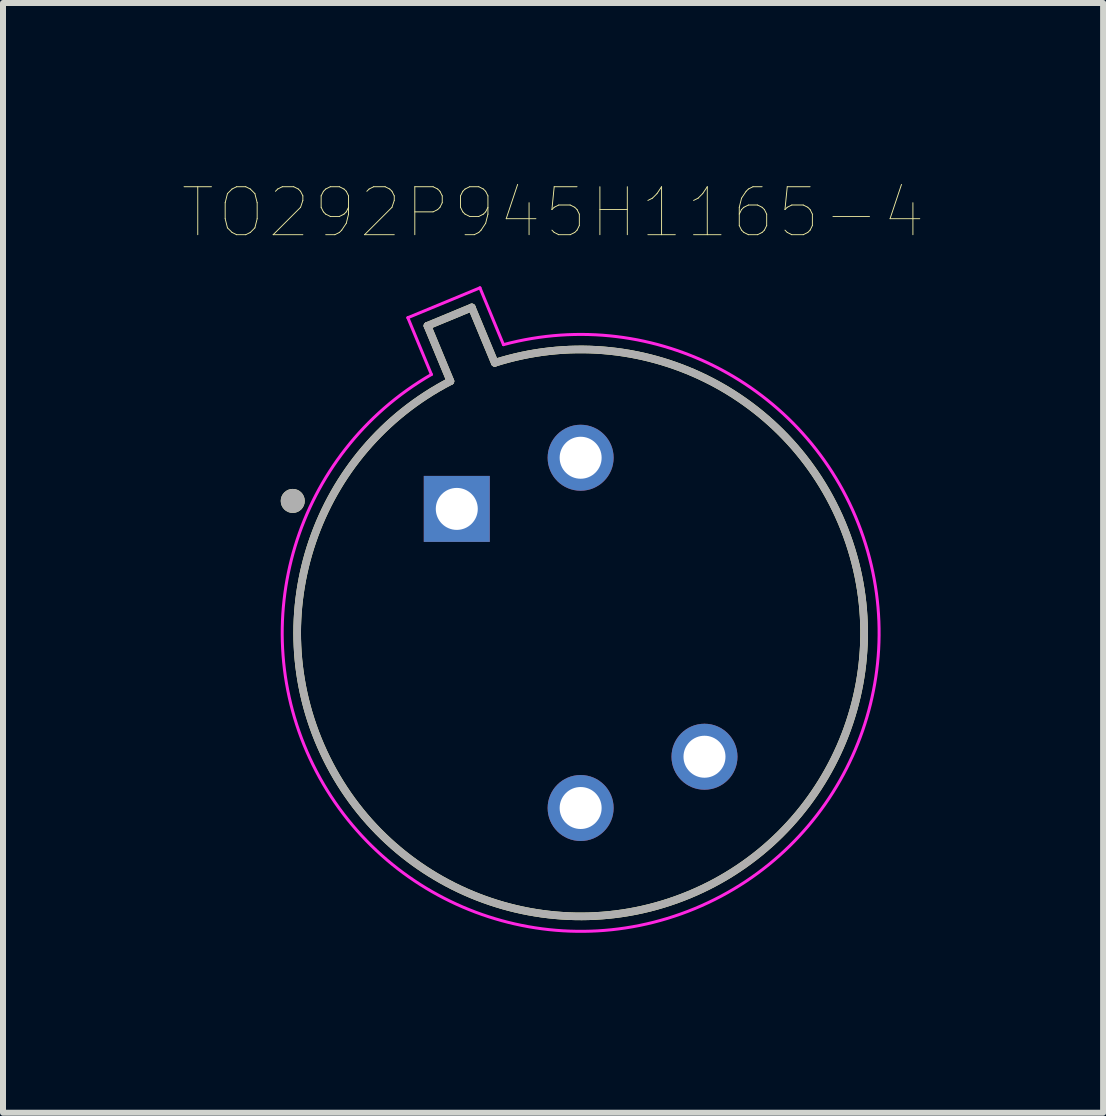
<source format=kicad_pcb>
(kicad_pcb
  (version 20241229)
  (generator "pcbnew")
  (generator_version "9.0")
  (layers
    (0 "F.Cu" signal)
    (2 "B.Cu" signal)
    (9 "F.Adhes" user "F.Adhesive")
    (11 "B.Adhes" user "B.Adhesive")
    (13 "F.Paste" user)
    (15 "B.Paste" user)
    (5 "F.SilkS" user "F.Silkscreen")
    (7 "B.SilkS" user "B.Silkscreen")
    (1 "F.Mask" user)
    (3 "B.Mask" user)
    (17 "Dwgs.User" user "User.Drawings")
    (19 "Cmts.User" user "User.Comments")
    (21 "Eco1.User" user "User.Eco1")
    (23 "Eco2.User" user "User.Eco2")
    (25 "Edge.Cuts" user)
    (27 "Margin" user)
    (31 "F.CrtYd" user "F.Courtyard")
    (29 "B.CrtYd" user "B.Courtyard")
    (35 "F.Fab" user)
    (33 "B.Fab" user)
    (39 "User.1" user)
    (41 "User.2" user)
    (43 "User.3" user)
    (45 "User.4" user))
  (footprint "TO292P945H1165-4"
    (layer "F.Cu")
    (at 6.631 7.502)
    (property "Reference" "TO292P945H1165-4" (at -0.46 -7.008 0) (layer "F.SilkS") (effects (font (size 0.8 0.8) (thickness 0.015))))
    (attr through_hole)
    (fp_line (start -2.554 -5.12) (end -2.171 -4.196) (stroke (width 0.127) (type solid)) (layer "F.SilkS"))
    (fp_line (start -2.554 -5.12) (end -1.815 -5.426) (stroke (width 0.127) (type solid)) (layer "F.SilkS"))
    (fp_line (start -1.432 -4.503) (end -1.815 -5.426) (stroke (width 0.127) (type solid)) (layer "F.SilkS"))
    (fp_arc (start -1.4319 -4.5027) (mid 1.808349 4.36607) (end -2.1714 -4.1964) (stroke (width 0.127) (type solid)) (layer "F.SilkS"))
    (fp_circle (center -4.8 -2.2) (end -4.7 -2.2) (stroke (width 0.2) (type solid)) (fill no) (layer "F.SilkS"))
    (fp_line (start -2.881 -5.255) (end -1.679 -5.753) (stroke (width 0.05) (type solid)) (layer "F.CrtYd"))
    (fp_line (start -2.488 -4.308) (end -2.881 -5.255) (stroke (width 0.05) (type solid)) (layer "F.CrtYd"))
    (fp_line (start -1.679 -5.753) (end -1.287 -4.806) (stroke (width 0.05) (type solid)) (layer "F.CrtYd"))
    (fp_arc (start -1.2868 -4.8057) (mid 1.904401 4.596434) (end -2.4882 -4.308) (stroke (width 0.05) (type solid)) (layer "F.CrtYd"))
    (fp_line (start -2.554 -5.12) (end -2.171 -4.196) (stroke (width 0.127) (type solid)) (layer "F.Fab"))
    (fp_line (start -2.554 -5.12) (end -1.815 -5.426) (stroke (width 0.127) (type solid)) (layer "F.Fab"))
    (fp_line (start -1.432 -4.503) (end -1.815 -5.426) (stroke (width 0.127) (type solid)) (layer "F.Fab"))
    (fp_arc (start -1.4319 -4.5027) (mid 1.808349 4.36607) (end -2.1714 -4.1964) (stroke (width 0.127) (type solid)) (layer "F.Fab"))
    (fp_circle (center -4.8 -2.2) (end -4.7 -2.2) (stroke (width 0.2) (type solid)) (fill no) (layer "F.Fab"))
    (pad "1" thru_hole rect (at -2.065 -2.067) (size 1.1 1.1) (drill 0.7) (layers "*.Cu" "*.Mask"))
    (pad "2" thru_hole circle (at 0 2.92) (size 1.1 1.1) (drill 0.7) (layers "*.Cu" "*.Mask"))
    (pad "3" thru_hole circle (at 2.065 2.065) (size 1.1 1.1) (drill 0.7) (layers "*.Cu" "*.Mask"))
    (pad "4" thru_hole circle (at 0 -2.92) (size 1.1 1.1) (drill 0.7) (layers "*.Cu" "*.Mask")))
  (gr_rect
    (start -3 -3)
    (end 15.342 15.503)
    (stroke (width 0.1) (type default))
    (fill no)
    (layer "Edge.Cuts")))
</source>
